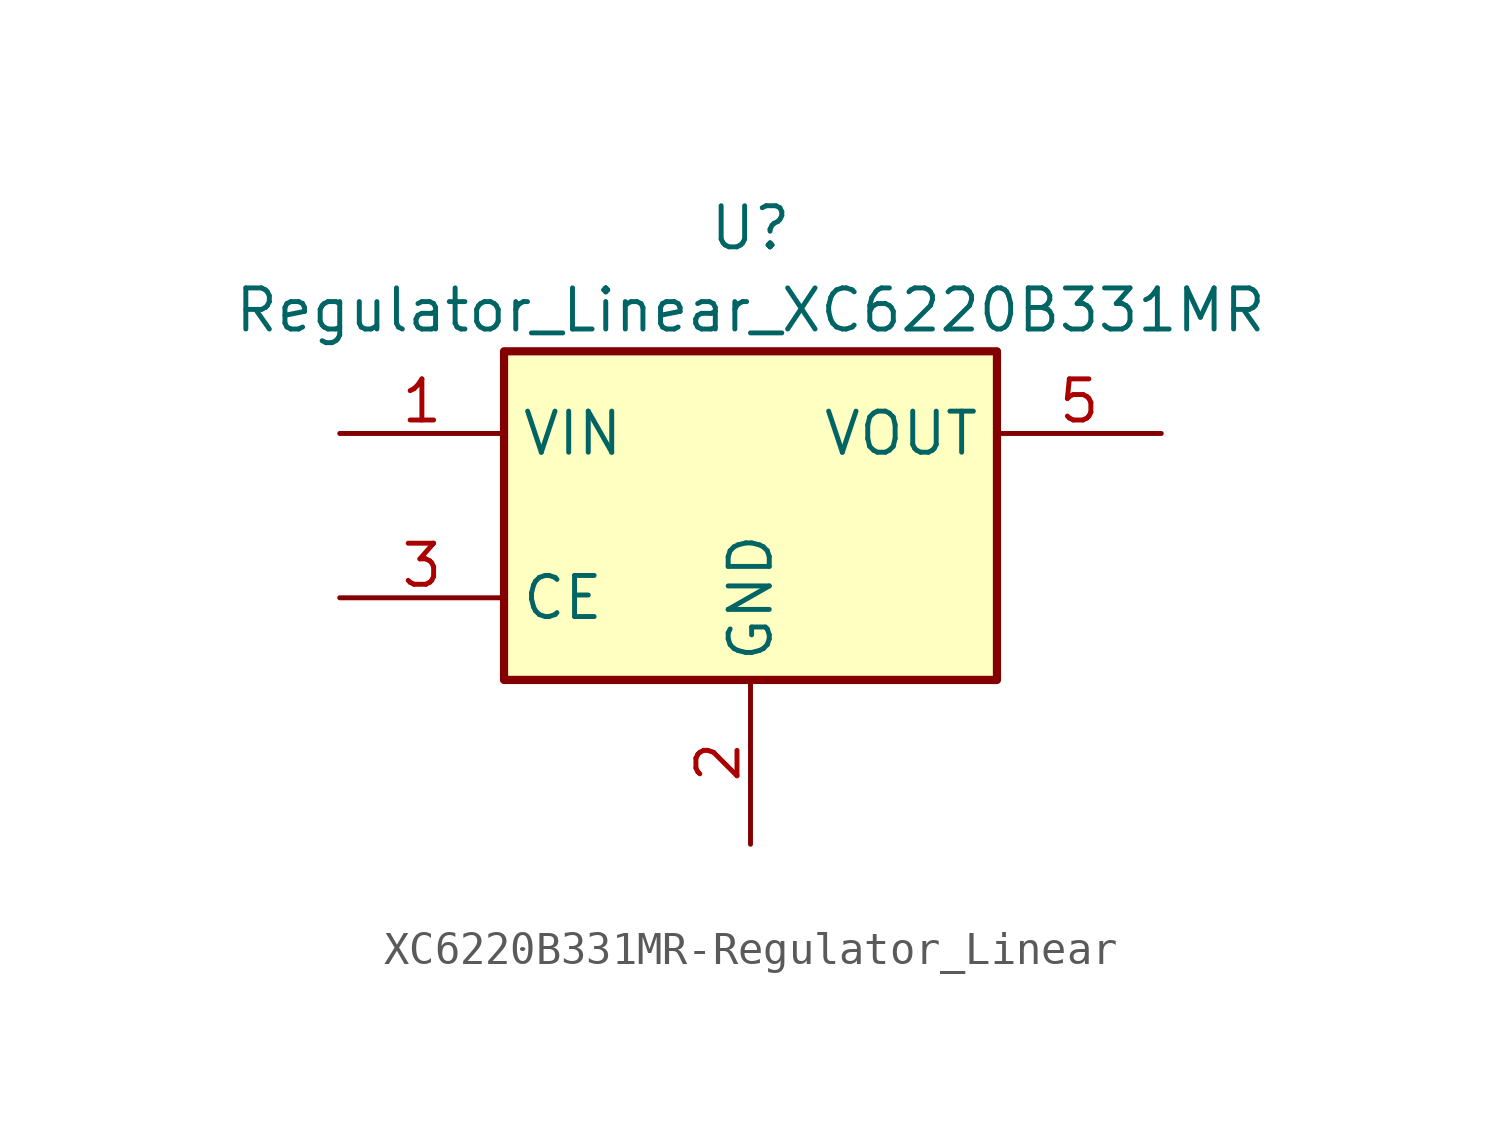
<source format=kicad_sym>
(kicad_symbol_lib
  (version 20220914)
  (generator kicad_symbol_editor)
  (symbol "XC6220B331MR-Regulator_Linear"
    (property "Reference" "U"
      (at 0 8.89 0)
      (effects (font (size 1.27 1.27))))
    (property "Value" "Regulator_Linear_XC6220B331MR"
      (at 0 6.35 0)
      (effects (font (size 1.27 1.27))))
    (symbol "XC6220B331MR-Regulator_Linear_0_1"
      (rectangle (start -7.62 5.08) (end 7.62 -5.08) (stroke (width 0.254) (type solid)) (fill (type background))))
    (symbol "XC6220B331MR-Regulator_Linear_1_1"
      (pin power_in line (at -12.7 2.54 0) (length 5.08) (name "VIN" (effects (font (size 1.27 1.27)))) (number "1" (effects (font (size 1.27 1.27)))))
      (pin power_in line (at 0 -10.16 90) (length 5.08) (name "GND" (effects (font (size 1.27 1.27)))) (number "2" (effects (font (size 1.27 1.27)))))
      (pin input line (at -12.7 -2.54 0) (length 5.08) (name "CE" (effects (font (size 1.27 1.27)))) (number "3" (effects (font (size 1.27 1.27)))))
      (pin no_connect line (at 12.7 -2.54 180) (length 5.08) hide (name "NC" (effects (font (size 1.27 1.27)))) (number "4" (effects (font (size 1.27 1.27)))))
      (pin power_out line (at 12.7 2.54 180) (length 5.08) (name "VOUT" (effects (font (size 1.27 1.27)))) (number "5" (effects (font (size 1.27 1.27))))))))
</source>
